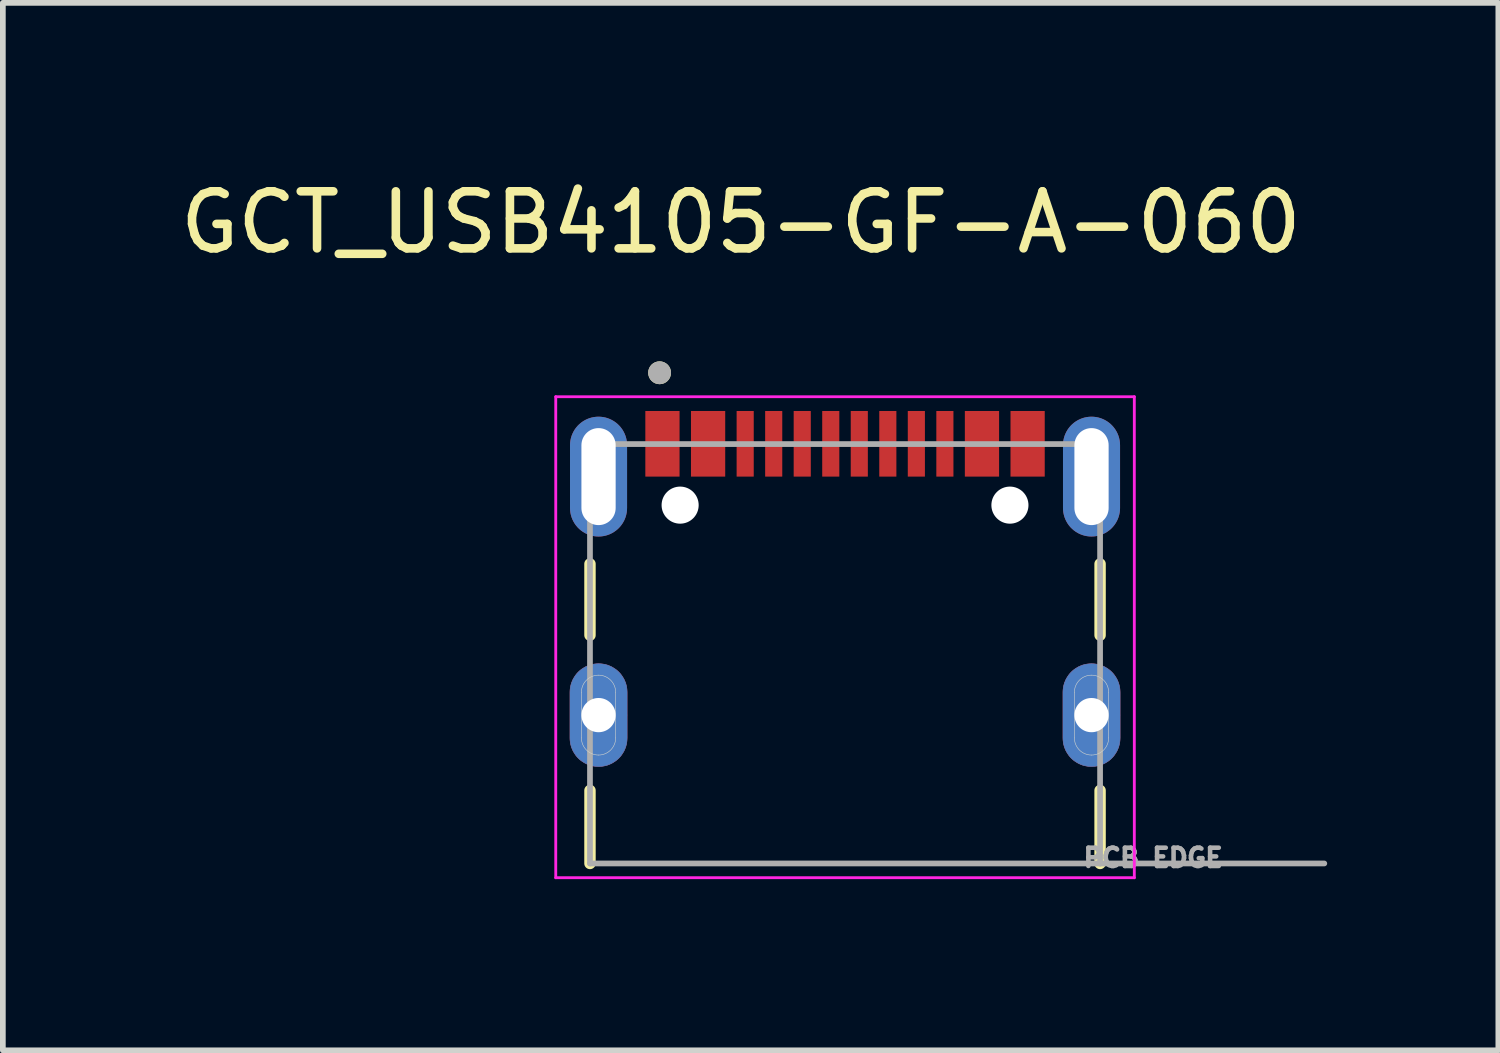
<source format=kicad_pcb>
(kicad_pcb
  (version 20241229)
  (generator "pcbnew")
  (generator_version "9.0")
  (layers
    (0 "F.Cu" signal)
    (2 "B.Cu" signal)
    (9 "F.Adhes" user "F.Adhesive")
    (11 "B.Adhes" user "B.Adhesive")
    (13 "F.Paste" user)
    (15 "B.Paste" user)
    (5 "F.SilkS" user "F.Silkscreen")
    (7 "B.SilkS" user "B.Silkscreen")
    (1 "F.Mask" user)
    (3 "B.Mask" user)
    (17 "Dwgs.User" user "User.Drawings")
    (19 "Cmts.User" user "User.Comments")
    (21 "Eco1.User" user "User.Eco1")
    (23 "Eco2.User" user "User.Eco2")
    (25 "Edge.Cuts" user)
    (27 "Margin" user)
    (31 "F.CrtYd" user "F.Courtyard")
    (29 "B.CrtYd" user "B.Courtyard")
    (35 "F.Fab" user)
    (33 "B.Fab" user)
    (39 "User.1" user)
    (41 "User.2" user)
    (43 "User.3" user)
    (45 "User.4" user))
  (footprint "GCT_USB4105-GF-A-060"
    (layer "F.Cu")
    (at 11.76 9.483)
    (property "Reference" "GCT_USB4105-GF-A-060" (at -1.825 -8.635 0) (layer "F.SilkS") (effects (font (size 1 1) (thickness 0.15))))
    (attr smd)
    (fp_poly (pts (xy -4.82 0) (xy -4.82 -0.4) (xy -4.819 -0.426) (xy -4.817 -0.452) (xy -4.814 -0.478) (xy -4.809 -0.504) (xy -4.803 -0.529) (xy -4.796 -0.555) (xy -4.787 -0.579) (xy -4.777 -0.603) (xy -4.766 -0.627) (xy -4.753 -0.65) (xy -4.739 -0.672) (xy -4.725 -0.694) (xy -4.709 -0.715) (xy -4.692 -0.735) (xy -4.674 -0.754) (xy -4.655 -0.772) (xy -4.635 -0.789) (xy -4.614 -0.805) (xy -4.592 -0.819) (xy -4.57 -0.833) (xy -4.547 -0.846) (xy -4.523 -0.857) (xy -4.499 -0.867) (xy -4.475 -0.876) (xy -4.449 -0.883) (xy -4.424 -0.889) (xy -4.398 -0.894) (xy -4.372 -0.897) (xy -4.346 -0.899) (xy -4.32 -0.9) (xy -4.294 -0.899) (xy -4.268 -0.897) (xy -4.242 -0.894) (xy -4.216 -0.889) (xy -4.191 -0.883) (xy -4.165 -0.876) (xy -4.141 -0.867) (xy -4.117 -0.857) (xy -4.093 -0.846) (xy -4.07 -0.833) (xy -4.048 -0.819) (xy -4.026 -0.805) (xy -4.005 -0.789) (xy -3.985 -0.772) (xy -3.966 -0.754) (xy -3.948 -0.735) (xy -3.931 -0.715) (xy -3.915 -0.694) (xy -3.901 -0.672) (xy -3.887 -0.65) (xy -3.874 -0.627) (xy -3.863 -0.603) (xy -3.853 -0.579) (xy -3.844 -0.555) (xy -3.837 -0.529) (xy -3.831 -0.504) (xy -3.826 -0.478) (xy -3.823 -0.452) (xy -3.821 -0.426) (xy -3.82 -0.4) (xy -3.82 0) (xy -3.82 0.4) (xy -3.821 0.426) (xy -3.823 0.452) (xy -3.826 0.478) (xy -3.831 0.504) (xy -3.837 0.529) (xy -3.844 0.555) (xy -3.853 0.579) (xy -3.863 0.603) (xy -3.874 0.627) (xy -3.887 0.65) (xy -3.901 0.672) (xy -3.915 0.694) (xy -3.931 0.715) (xy -3.948 0.735) (xy -3.966 0.754) (xy -3.985 0.772) (xy -4.005 0.789) (xy -4.026 0.805) (xy -4.048 0.819) (xy -4.07 0.833) (xy -4.093 0.846) (xy -4.117 0.857) (xy -4.141 0.867) (xy -4.165 0.876) (xy -4.191 0.883) (xy -4.216 0.889) (xy -4.242 0.894) (xy -4.268 0.897) (xy -4.294 0.899) (xy -4.32 0.9) (xy -4.346 0.899) (xy -4.372 0.897) (xy -4.398 0.894) (xy -4.424 0.889) (xy -4.449 0.883) (xy -4.475 0.876) (xy -4.499 0.867) (xy -4.523 0.857) (xy -4.547 0.846) (xy -4.57 0.833) (xy -4.592 0.819) (xy -4.614 0.805) (xy -4.635 0.789) (xy -4.655 0.772) (xy -4.674 0.754) (xy -4.692 0.735) (xy -4.709 0.715) (xy -4.725 0.694) (xy -4.739 0.672) (xy -4.753 0.65) (xy -4.766 0.627) (xy -4.777 0.603) (xy -4.787 0.579) (xy -4.796 0.555) (xy -4.803 0.529) (xy -4.809 0.504) (xy -4.814 0.478) (xy -4.817 0.452) (xy -4.819 0.426) (xy -4.82 0.4) (xy -4.82 0)) (stroke (width 0.01) (type solid)) (fill yes) (layer "F.Cu"))
    (fp_poly (pts (xy 3.82 0) (xy 3.82 -0.4) (xy 3.821 -0.426) (xy 3.823 -0.452) (xy 3.826 -0.478) (xy 3.831 -0.504) (xy 3.837 -0.529) (xy 3.844 -0.555) (xy 3.853 -0.579) (xy 3.863 -0.603) (xy 3.874 -0.627) (xy 3.887 -0.65) (xy 3.901 -0.672) (xy 3.915 -0.694) (xy 3.931 -0.715) (xy 3.948 -0.735) (xy 3.966 -0.754) (xy 3.985 -0.772) (xy 4.005 -0.789) (xy 4.026 -0.805) (xy 4.048 -0.819) (xy 4.07 -0.833) (xy 4.093 -0.846) (xy 4.117 -0.857) (xy 4.141 -0.867) (xy 4.165 -0.876) (xy 4.191 -0.883) (xy 4.216 -0.889) (xy 4.242 -0.894) (xy 4.268 -0.897) (xy 4.294 -0.899) (xy 4.32 -0.9) (xy 4.346 -0.899) (xy 4.372 -0.897) (xy 4.398 -0.894) (xy 4.424 -0.889) (xy 4.449 -0.883) (xy 4.475 -0.876) (xy 4.499 -0.867) (xy 4.523 -0.857) (xy 4.547 -0.846) (xy 4.57 -0.833) (xy 4.592 -0.819) (xy 4.614 -0.805) (xy 4.635 -0.789) (xy 4.655 -0.772) (xy 4.674 -0.754) (xy 4.692 -0.735) (xy 4.709 -0.715) (xy 4.725 -0.694) (xy 4.739 -0.672) (xy 4.753 -0.65) (xy 4.766 -0.627) (xy 4.777 -0.603) (xy 4.787 -0.579) (xy 4.796 -0.555) (xy 4.803 -0.529) (xy 4.809 -0.504) (xy 4.814 -0.478) (xy 4.817 -0.452) (xy 4.819 -0.426) (xy 4.82 -0.4) (xy 4.82 0) (xy 4.82 0.4) (xy 4.819 0.426) (xy 4.817 0.452) (xy 4.814 0.478) (xy 4.809 0.504) (xy 4.803 0.529) (xy 4.796 0.555) (xy 4.787 0.579) (xy 4.777 0.603) (xy 4.766 0.627) (xy 4.753 0.65) (xy 4.739 0.672) (xy 4.725 0.694) (xy 4.709 0.715) (xy 4.692 0.735) (xy 4.674 0.754) (xy 4.655 0.772) (xy 4.635 0.789) (xy 4.614 0.805) (xy 4.592 0.819) (xy 4.57 0.833) (xy 4.547 0.846) (xy 4.523 0.857) (xy 4.499 0.867) (xy 4.475 0.876) (xy 4.449 0.883) (xy 4.424 0.889) (xy 4.398 0.894) (xy 4.372 0.897) (xy 4.346 0.899) (xy 4.32 0.9) (xy 4.294 0.899) (xy 4.268 0.897) (xy 4.242 0.894) (xy 4.216 0.889) (xy 4.191 0.883) (xy 4.165 0.876) (xy 4.141 0.867) (xy 4.117 0.857) (xy 4.093 0.846) (xy 4.07 0.833) (xy 4.048 0.819) (xy 4.026 0.805) (xy 4.005 0.789) (xy 3.985 0.772) (xy 3.966 0.754) (xy 3.948 0.735) (xy 3.931 0.715) (xy 3.915 0.694) (xy 3.901 0.672) (xy 3.887 0.65) (xy 3.874 0.627) (xy 3.863 0.603) (xy 3.853 0.579) (xy 3.844 0.555) (xy 3.837 0.529) (xy 3.831 0.504) (xy 3.826 0.478) (xy 3.823 0.452) (xy 3.821 0.426) (xy 3.82 0.4) (xy 3.82 0)) (stroke (width 0.01) (type solid)) (fill yes) (layer "F.Cu"))
    (fp_poly (pts (xy -4.92 0) (xy -4.92 -0.4) (xy -4.919 -0.431) (xy -4.917 -0.463) (xy -4.913 -0.494) (xy -4.907 -0.525) (xy -4.9 -0.555) (xy -4.891 -0.585) (xy -4.88 -0.615) (xy -4.868 -0.644) (xy -4.855 -0.672) (xy -4.84 -0.7) (xy -4.823 -0.727) (xy -4.805 -0.753) (xy -4.786 -0.778) (xy -4.766 -0.801) (xy -4.744 -0.824) (xy -4.721 -0.846) (xy -4.698 -0.866) (xy -4.673 -0.885) (xy -4.647 -0.903) (xy -4.62 -0.92) (xy -4.592 -0.935) (xy -4.564 -0.948) (xy -4.535 -0.96) (xy -4.505 -0.971) (xy -4.475 -0.98) (xy -4.445 -0.987) (xy -4.414 -0.993) (xy -4.383 -0.997) (xy -4.351 -0.999) (xy -4.32 -1) (xy -4.289 -0.999) (xy -4.257 -0.997) (xy -4.226 -0.993) (xy -4.195 -0.987) (xy -4.165 -0.98) (xy -4.135 -0.971) (xy -4.105 -0.96) (xy -4.076 -0.948) (xy -4.048 -0.935) (xy -4.02 -0.92) (xy -3.993 -0.903) (xy -3.967 -0.885) (xy -3.942 -0.866) (xy -3.919 -0.846) (xy -3.896 -0.824) (xy -3.874 -0.801) (xy -3.854 -0.778) (xy -3.835 -0.753) (xy -3.817 -0.727) (xy -3.8 -0.7) (xy -3.785 -0.672) (xy -3.772 -0.644) (xy -3.76 -0.615) (xy -3.749 -0.585) (xy -3.74 -0.555) (xy -3.733 -0.525) (xy -3.727 -0.494) (xy -3.723 -0.463) (xy -3.721 -0.431) (xy -3.72 -0.4) (xy -3.72 0) (xy -3.72 0.4) (xy -3.721 0.431) (xy -3.723 0.463) (xy -3.727 0.494) (xy -3.733 0.525) (xy -3.74 0.555) (xy -3.749 0.585) (xy -3.76 0.615) (xy -3.772 0.644) (xy -3.785 0.672) (xy -3.8 0.7) (xy -3.817 0.727) (xy -3.835 0.753) (xy -3.854 0.778) (xy -3.874 0.801) (xy -3.896 0.824) (xy -3.919 0.846) (xy -3.942 0.866) (xy -3.967 0.885) (xy -3.993 0.903) (xy -4.02 0.92) (xy -4.048 0.935) (xy -4.076 0.948) (xy -4.105 0.96) (xy -4.135 0.971) (xy -4.165 0.98) (xy -4.195 0.987) (xy -4.226 0.993) (xy -4.257 0.997) (xy -4.289 0.999) (xy -4.32 1) (xy -4.351 0.999) (xy -4.383 0.997) (xy -4.414 0.993) (xy -4.445 0.987) (xy -4.475 0.98) (xy -4.505 0.971) (xy -4.535 0.96) (xy -4.564 0.948) (xy -4.592 0.935) (xy -4.62 0.92) (xy -4.647 0.903) (xy -4.673 0.885) (xy -4.698 0.866) (xy -4.721 0.846) (xy -4.744 0.824) (xy -4.766 0.801) (xy -4.786 0.778) (xy -4.805 0.753) (xy -4.823 0.727) (xy -4.84 0.7) (xy -4.855 0.672) (xy -4.868 0.644) (xy -4.88 0.615) (xy -4.891 0.585) (xy -4.9 0.555) (xy -4.907 0.525) (xy -4.913 0.494) (xy -4.917 0.463) (xy -4.919 0.431) (xy -4.92 0.4) (xy -4.92 0)) (stroke (width 0.01) (type solid)) (fill yes) (layer "F.Mask"))
    (fp_poly (pts (xy 3.72 0) (xy 3.72 -0.4) (xy 3.721 -0.431) (xy 3.723 -0.463) (xy 3.727 -0.494) (xy 3.733 -0.525) (xy 3.74 -0.555) (xy 3.749 -0.585) (xy 3.76 -0.615) (xy 3.772 -0.644) (xy 3.785 -0.672) (xy 3.8 -0.7) (xy 3.817 -0.727) (xy 3.835 -0.753) (xy 3.854 -0.778) (xy 3.874 -0.801) (xy 3.896 -0.824) (xy 3.919 -0.846) (xy 3.942 -0.866) (xy 3.967 -0.885) (xy 3.993 -0.903) (xy 4.02 -0.92) (xy 4.048 -0.935) (xy 4.076 -0.948) (xy 4.105 -0.96) (xy 4.135 -0.971) (xy 4.165 -0.98) (xy 4.195 -0.987) (xy 4.226 -0.993) (xy 4.257 -0.997) (xy 4.289 -0.999) (xy 4.32 -1) (xy 4.351 -0.999) (xy 4.383 -0.997) (xy 4.414 -0.993) (xy 4.445 -0.987) (xy 4.475 -0.98) (xy 4.505 -0.971) (xy 4.535 -0.96) (xy 4.564 -0.948) (xy 4.592 -0.935) (xy 4.62 -0.92) (xy 4.647 -0.903) (xy 4.673 -0.885) (xy 4.698 -0.866) (xy 4.721 -0.846) (xy 4.744 -0.824) (xy 4.766 -0.801) (xy 4.786 -0.778) (xy 4.805 -0.753) (xy 4.823 -0.727) (xy 4.84 -0.7) (xy 4.855 -0.672) (xy 4.868 -0.644) (xy 4.88 -0.615) (xy 4.891 -0.585) (xy 4.9 -0.555) (xy 4.907 -0.525) (xy 4.913 -0.494) (xy 4.917 -0.463) (xy 4.919 -0.431) (xy 4.92 -0.4) (xy 4.92 0) (xy 4.92 0.4) (xy 4.919 0.431) (xy 4.917 0.463) (xy 4.913 0.494) (xy 4.907 0.525) (xy 4.9 0.555) (xy 4.891 0.585) (xy 4.88 0.615) (xy 4.868 0.644) (xy 4.855 0.672) (xy 4.84 0.7) (xy 4.823 0.727) (xy 4.805 0.753) (xy 4.786 0.778) (xy 4.766 0.801) (xy 4.744 0.824) (xy 4.721 0.846) (xy 4.698 0.866) (xy 4.673 0.885) (xy 4.647 0.903) (xy 4.62 0.92) (xy 4.592 0.935) (xy 4.564 0.948) (xy 4.535 0.96) (xy 4.505 0.971) (xy 4.475 0.98) (xy 4.445 0.987) (xy 4.414 0.993) (xy 4.383 0.997) (xy 4.351 0.999) (xy 4.32 1) (xy 4.289 0.999) (xy 4.257 0.997) (xy 4.226 0.993) (xy 4.195 0.987) (xy 4.165 0.98) (xy 4.135 0.971) (xy 4.105 0.96) (xy 4.076 0.948) (xy 4.048 0.935) (xy 4.02 0.92) (xy 3.993 0.903) (xy 3.967 0.885) (xy 3.942 0.866) (xy 3.919 0.846) (xy 3.896 0.824) (xy 3.874 0.801) (xy 3.854 0.778) (xy 3.835 0.753) (xy 3.817 0.727) (xy 3.8 0.7) (xy 3.785 0.672) (xy 3.772 0.644) (xy 3.76 0.615) (xy 3.749 0.585) (xy 3.74 0.555) (xy 3.733 0.525) (xy 3.727 0.494) (xy 3.723 0.463) (xy 3.721 0.431) (xy 3.72 0.4) (xy 3.72 0)) (stroke (width 0.01) (type solid)) (fill yes) (layer "F.Mask"))
    (fp_poly (pts (xy -4.82 0) (xy -4.82 -0.4) (xy -4.819 -0.426) (xy -4.817 -0.452) (xy -4.814 -0.478) (xy -4.809 -0.504) (xy -4.803 -0.529) (xy -4.796 -0.555) (xy -4.787 -0.579) (xy -4.777 -0.603) (xy -4.766 -0.627) (xy -4.753 -0.65) (xy -4.739 -0.672) (xy -4.725 -0.694) (xy -4.709 -0.715) (xy -4.692 -0.735) (xy -4.674 -0.754) (xy -4.655 -0.772) (xy -4.635 -0.789) (xy -4.614 -0.805) (xy -4.592 -0.819) (xy -4.57 -0.833) (xy -4.547 -0.846) (xy -4.523 -0.857) (xy -4.499 -0.867) (xy -4.475 -0.876) (xy -4.449 -0.883) (xy -4.424 -0.889) (xy -4.398 -0.894) (xy -4.372 -0.897) (xy -4.346 -0.899) (xy -4.32 -0.9) (xy -4.294 -0.899) (xy -4.268 -0.897) (xy -4.242 -0.894) (xy -4.216 -0.889) (xy -4.191 -0.883) (xy -4.165 -0.876) (xy -4.141 -0.867) (xy -4.117 -0.857) (xy -4.093 -0.846) (xy -4.07 -0.833) (xy -4.048 -0.819) (xy -4.026 -0.805) (xy -4.005 -0.789) (xy -3.985 -0.772) (xy -3.966 -0.754) (xy -3.948 -0.735) (xy -3.931 -0.715) (xy -3.915 -0.694) (xy -3.901 -0.672) (xy -3.887 -0.65) (xy -3.874 -0.627) (xy -3.863 -0.603) (xy -3.853 -0.579) (xy -3.844 -0.555) (xy -3.837 -0.529) (xy -3.831 -0.504) (xy -3.826 -0.478) (xy -3.823 -0.452) (xy -3.821 -0.426) (xy -3.82 -0.4) (xy -3.82 0) (xy -3.82 0.4) (xy -3.821 0.426) (xy -3.823 0.452) (xy -3.826 0.478) (xy -3.831 0.504) (xy -3.837 0.529) (xy -3.844 0.555) (xy -3.853 0.579) (xy -3.863 0.603) (xy -3.874 0.627) (xy -3.887 0.65) (xy -3.901 0.672) (xy -3.915 0.694) (xy -3.931 0.715) (xy -3.948 0.735) (xy -3.966 0.754) (xy -3.985 0.772) (xy -4.005 0.789) (xy -4.026 0.805) (xy -4.048 0.819) (xy -4.07 0.833) (xy -4.093 0.846) (xy -4.117 0.857) (xy -4.141 0.867) (xy -4.165 0.876) (xy -4.191 0.883) (xy -4.216 0.889) (xy -4.242 0.894) (xy -4.268 0.897) (xy -4.294 0.899) (xy -4.32 0.9) (xy -4.346 0.899) (xy -4.372 0.897) (xy -4.398 0.894) (xy -4.424 0.889) (xy -4.449 0.883) (xy -4.475 0.876) (xy -4.499 0.867) (xy -4.523 0.857) (xy -4.547 0.846) (xy -4.57 0.833) (xy -4.592 0.819) (xy -4.614 0.805) (xy -4.635 0.789) (xy -4.655 0.772) (xy -4.674 0.754) (xy -4.692 0.735) (xy -4.709 0.715) (xy -4.725 0.694) (xy -4.739 0.672) (xy -4.753 0.65) (xy -4.766 0.627) (xy -4.777 0.603) (xy -4.787 0.579) (xy -4.796 0.555) (xy -4.803 0.529) (xy -4.809 0.504) (xy -4.814 0.478) (xy -4.817 0.452) (xy -4.819 0.426) (xy -4.82 0.4) (xy -4.82 0)) (stroke (width 0.01) (type solid)) (fill yes) (layer "B.Cu"))
    (fp_poly (pts (xy 3.82 0) (xy 3.82 -0.4) (xy 3.821 -0.426) (xy 3.823 -0.452) (xy 3.826 -0.478) (xy 3.831 -0.504) (xy 3.837 -0.529) (xy 3.844 -0.555) (xy 3.853 -0.579) (xy 3.863 -0.603) (xy 3.874 -0.627) (xy 3.887 -0.65) (xy 3.901 -0.672) (xy 3.915 -0.694) (xy 3.931 -0.715) (xy 3.948 -0.735) (xy 3.966 -0.754) (xy 3.985 -0.772) (xy 4.005 -0.789) (xy 4.026 -0.805) (xy 4.048 -0.819) (xy 4.07 -0.833) (xy 4.093 -0.846) (xy 4.117 -0.857) (xy 4.141 -0.867) (xy 4.165 -0.876) (xy 4.191 -0.883) (xy 4.216 -0.889) (xy 4.242 -0.894) (xy 4.268 -0.897) (xy 4.294 -0.899) (xy 4.32 -0.9) (xy 4.346 -0.899) (xy 4.372 -0.897) (xy 4.398 -0.894) (xy 4.424 -0.889) (xy 4.449 -0.883) (xy 4.475 -0.876) (xy 4.499 -0.867) (xy 4.523 -0.857) (xy 4.547 -0.846) (xy 4.57 -0.833) (xy 4.592 -0.819) (xy 4.614 -0.805) (xy 4.635 -0.789) (xy 4.655 -0.772) (xy 4.674 -0.754) (xy 4.692 -0.735) (xy 4.709 -0.715) (xy 4.725 -0.694) (xy 4.739 -0.672) (xy 4.753 -0.65) (xy 4.766 -0.627) (xy 4.777 -0.603) (xy 4.787 -0.579) (xy 4.796 -0.555) (xy 4.803 -0.529) (xy 4.809 -0.504) (xy 4.814 -0.478) (xy 4.817 -0.452) (xy 4.819 -0.426) (xy 4.82 -0.4) (xy 4.82 0) (xy 4.82 0.4) (xy 4.819 0.426) (xy 4.817 0.452) (xy 4.814 0.478) (xy 4.809 0.504) (xy 4.803 0.529) (xy 4.796 0.555) (xy 4.787 0.579) (xy 4.777 0.603) (xy 4.766 0.627) (xy 4.753 0.65) (xy 4.739 0.672) (xy 4.725 0.694) (xy 4.709 0.715) (xy 4.692 0.735) (xy 4.674 0.754) (xy 4.655 0.772) (xy 4.635 0.789) (xy 4.614 0.805) (xy 4.592 0.819) (xy 4.57 0.833) (xy 4.547 0.846) (xy 4.523 0.857) (xy 4.499 0.867) (xy 4.475 0.876) (xy 4.449 0.883) (xy 4.424 0.889) (xy 4.398 0.894) (xy 4.372 0.897) (xy 4.346 0.899) (xy 4.32 0.9) (xy 4.294 0.899) (xy 4.268 0.897) (xy 4.242 0.894) (xy 4.216 0.889) (xy 4.191 0.883) (xy 4.165 0.876) (xy 4.141 0.867) (xy 4.117 0.857) (xy 4.093 0.846) (xy 4.07 0.833) (xy 4.048 0.819) (xy 4.026 0.805) (xy 4.005 0.789) (xy 3.985 0.772) (xy 3.966 0.754) (xy 3.948 0.735) (xy 3.931 0.715) (xy 3.915 0.694) (xy 3.901 0.672) (xy 3.887 0.65) (xy 3.874 0.627) (xy 3.863 0.603) (xy 3.853 0.579) (xy 3.844 0.555) (xy 3.837 0.529) (xy 3.831 0.504) (xy 3.826 0.478) (xy 3.823 0.452) (xy 3.821 0.426) (xy 3.82 0.4) (xy 3.82 0)) (stroke (width 0.01) (type solid)) (fill yes) (layer "B.Cu"))
    (fp_poly (pts (xy -4.92 0) (xy -4.92 -0.4) (xy -4.919 -0.431) (xy -4.917 -0.463) (xy -4.913 -0.494) (xy -4.907 -0.525) (xy -4.9 -0.555) (xy -4.891 -0.585) (xy -4.88 -0.615) (xy -4.868 -0.644) (xy -4.855 -0.672) (xy -4.84 -0.7) (xy -4.823 -0.727) (xy -4.805 -0.753) (xy -4.786 -0.778) (xy -4.766 -0.801) (xy -4.744 -0.824) (xy -4.721 -0.846) (xy -4.698 -0.866) (xy -4.673 -0.885) (xy -4.647 -0.903) (xy -4.62 -0.92) (xy -4.592 -0.935) (xy -4.564 -0.948) (xy -4.535 -0.96) (xy -4.505 -0.971) (xy -4.475 -0.98) (xy -4.445 -0.987) (xy -4.414 -0.993) (xy -4.383 -0.997) (xy -4.351 -0.999) (xy -4.32 -1) (xy -4.289 -0.999) (xy -4.257 -0.997) (xy -4.226 -0.993) (xy -4.195 -0.987) (xy -4.165 -0.98) (xy -4.135 -0.971) (xy -4.105 -0.96) (xy -4.076 -0.948) (xy -4.048 -0.935) (xy -4.02 -0.92) (xy -3.993 -0.903) (xy -3.967 -0.885) (xy -3.942 -0.866) (xy -3.919 -0.846) (xy -3.896 -0.824) (xy -3.874 -0.801) (xy -3.854 -0.778) (xy -3.835 -0.753) (xy -3.817 -0.727) (xy -3.8 -0.7) (xy -3.785 -0.672) (xy -3.772 -0.644) (xy -3.76 -0.615) (xy -3.749 -0.585) (xy -3.74 -0.555) (xy -3.733 -0.525) (xy -3.727 -0.494) (xy -3.723 -0.463) (xy -3.721 -0.431) (xy -3.72 -0.4) (xy -3.72 0) (xy -3.72 0.4) (xy -3.721 0.431) (xy -3.723 0.463) (xy -3.727 0.494) (xy -3.733 0.525) (xy -3.74 0.555) (xy -3.749 0.585) (xy -3.76 0.615) (xy -3.772 0.644) (xy -3.785 0.672) (xy -3.8 0.7) (xy -3.817 0.727) (xy -3.835 0.753) (xy -3.854 0.778) (xy -3.874 0.801) (xy -3.896 0.824) (xy -3.919 0.846) (xy -3.942 0.866) (xy -3.967 0.885) (xy -3.993 0.903) (xy -4.02 0.92) (xy -4.048 0.935) (xy -4.076 0.948) (xy -4.105 0.96) (xy -4.135 0.971) (xy -4.165 0.98) (xy -4.195 0.987) (xy -4.226 0.993) (xy -4.257 0.997) (xy -4.289 0.999) (xy -4.32 1) (xy -4.351 0.999) (xy -4.383 0.997) (xy -4.414 0.993) (xy -4.445 0.987) (xy -4.475 0.98) (xy -4.505 0.971) (xy -4.535 0.96) (xy -4.564 0.948) (xy -4.592 0.935) (xy -4.62 0.92) (xy -4.647 0.903) (xy -4.673 0.885) (xy -4.698 0.866) (xy -4.721 0.846) (xy -4.744 0.824) (xy -4.766 0.801) (xy -4.786 0.778) (xy -4.805 0.753) (xy -4.823 0.727) (xy -4.84 0.7) (xy -4.855 0.672) (xy -4.868 0.644) (xy -4.88 0.615) (xy -4.891 0.585) (xy -4.9 0.555) (xy -4.907 0.525) (xy -4.913 0.494) (xy -4.917 0.463) (xy -4.919 0.431) (xy -4.92 0.4) (xy -4.92 0)) (stroke (width 0.01) (type solid)) (fill yes) (layer "B.Mask"))
    (fp_poly (pts (xy 3.72 0) (xy 3.72 -0.4) (xy 3.721 -0.431) (xy 3.723 -0.463) (xy 3.727 -0.494) (xy 3.733 -0.525) (xy 3.74 -0.555) (xy 3.749 -0.585) (xy 3.76 -0.615) (xy 3.772 -0.644) (xy 3.785 -0.672) (xy 3.8 -0.7) (xy 3.817 -0.727) (xy 3.835 -0.753) (xy 3.854 -0.778) (xy 3.874 -0.801) (xy 3.896 -0.824) (xy 3.919 -0.846) (xy 3.942 -0.866) (xy 3.967 -0.885) (xy 3.993 -0.903) (xy 4.02 -0.92) (xy 4.048 -0.935) (xy 4.076 -0.948) (xy 4.105 -0.96) (xy 4.135 -0.971) (xy 4.165 -0.98) (xy 4.195 -0.987) (xy 4.226 -0.993) (xy 4.257 -0.997) (xy 4.289 -0.999) (xy 4.32 -1) (xy 4.351 -0.999) (xy 4.383 -0.997) (xy 4.414 -0.993) (xy 4.445 -0.987) (xy 4.475 -0.98) (xy 4.505 -0.971) (xy 4.535 -0.96) (xy 4.564 -0.948) (xy 4.592 -0.935) (xy 4.62 -0.92) (xy 4.647 -0.903) (xy 4.673 -0.885) (xy 4.698 -0.866) (xy 4.721 -0.846) (xy 4.744 -0.824) (xy 4.766 -0.801) (xy 4.786 -0.778) (xy 4.805 -0.753) (xy 4.823 -0.727) (xy 4.84 -0.7) (xy 4.855 -0.672) (xy 4.868 -0.644) (xy 4.88 -0.615) (xy 4.891 -0.585) (xy 4.9 -0.555) (xy 4.907 -0.525) (xy 4.913 -0.494) (xy 4.917 -0.463) (xy 4.919 -0.431) (xy 4.92 -0.4) (xy 4.92 0) (xy 4.92 0.4) (xy 4.919 0.431) (xy 4.917 0.463) (xy 4.913 0.494) (xy 4.907 0.525) (xy 4.9 0.555) (xy 4.891 0.585) (xy 4.88 0.615) (xy 4.868 0.644) (xy 4.855 0.672) (xy 4.84 0.7) (xy 4.823 0.727) (xy 4.805 0.753) (xy 4.786 0.778) (xy 4.766 0.801) (xy 4.744 0.824) (xy 4.721 0.846) (xy 4.698 0.866) (xy 4.673 0.885) (xy 4.647 0.903) (xy 4.62 0.92) (xy 4.592 0.935) (xy 4.564 0.948) (xy 4.535 0.96) (xy 4.505 0.971) (xy 4.475 0.98) (xy 4.445 0.987) (xy 4.414 0.993) (xy 4.383 0.997) (xy 4.351 0.999) (xy 4.32 1) (xy 4.289 0.999) (xy 4.257 0.997) (xy 4.226 0.993) (xy 4.195 0.987) (xy 4.165 0.98) (xy 4.135 0.971) (xy 4.105 0.96) (xy 4.076 0.948) (xy 4.048 0.935) (xy 4.02 0.92) (xy 3.993 0.903) (xy 3.967 0.885) (xy 3.942 0.866) (xy 3.919 0.846) (xy 3.896 0.824) (xy 3.874 0.801) (xy 3.854 0.778) (xy 3.835 0.753) (xy 3.817 0.727) (xy 3.8 0.7) (xy 3.785 0.672) (xy 3.772 0.644) (xy 3.76 0.615) (xy 3.749 0.585) (xy 3.74 0.555) (xy 3.733 0.525) (xy 3.727 0.494) (xy 3.723 0.463) (xy 3.721 0.431) (xy 3.72 0.4) (xy 3.72 0)) (stroke (width 0.01) (type solid)) (fill yes) (layer "B.Mask"))
    (fp_line (start -4.47 -2.65) (end -4.47 -1.4) (stroke (width 0.2) (type solid)) (layer "F.SilkS"))
    (fp_line (start -4.47 1.32) (end -4.47 2.6) (stroke (width 0.2) (type solid)) (layer "F.SilkS"))
    (fp_line (start 4.47 -2.65) (end 4.47 -1.4) (stroke (width 0.2) (type solid)) (layer "F.SilkS"))
    (fp_line (start 4.47 2.6) (end 4.47 1.32) (stroke (width 0.2) (type solid)) (layer "F.SilkS"))
    (fp_circle (center -3.25 -6) (end -3.15 -6) (stroke (width 0.2) (type solid)) (fill no) (layer "F.SilkS"))
    (fp_line (start -4.62 0.4) (end -4.62 -0.4) (stroke (width 0.01) (type solid)) (layer "Edge.Cuts"))
    (fp_line (start -4.02 -0.4) (end -4.02 0.4) (stroke (width 0.01) (type solid)) (layer "Edge.Cuts"))
    (fp_line (start 4.02 0.4) (end 4.02 -0.4) (stroke (width 0.01) (type solid)) (layer "Edge.Cuts"))
    (fp_line (start 4.62 -0.4) (end 4.62 0.4) (stroke (width 0.01) (type solid)) (layer "Edge.Cuts"))
    (fp_arc (start -4.62 -0.4) (mid -4.532132 -0.612132) (end -4.32 -0.7) (stroke (width 0.01) (type solid)) (layer "Edge.Cuts"))
    (fp_arc (start -4.32 -0.7) (mid -4.107868 -0.612132) (end -4.02 -0.4) (stroke (width 0.01) (type solid)) (layer "Edge.Cuts"))
    (fp_arc (start -4.32 0.7) (mid -4.532132 0.612132) (end -4.62 0.4) (stroke (width 0.01) (type solid)) (layer "Edge.Cuts"))
    (fp_arc (start -4.02 0.4) (mid -4.107868 0.612132) (end -4.32 0.7) (stroke (width 0.01) (type solid)) (layer "Edge.Cuts"))
    (fp_arc (start 4.02 -0.4) (mid 4.107868 -0.612132) (end 4.32 -0.7) (stroke (width 0.01) (type solid)) (layer "Edge.Cuts"))
    (fp_arc (start 4.32 -0.7) (mid 4.532132 -0.612132) (end 4.62 -0.4) (stroke (width 0.01) (type solid)) (layer "Edge.Cuts"))
    (fp_arc (start 4.32 0.7) (mid 4.107868 0.612132) (end 4.02 0.4) (stroke (width 0.01) (type solid)) (layer "Edge.Cuts"))
    (fp_arc (start 4.62 0.4) (mid 4.532132 0.612132) (end 4.32 0.7) (stroke (width 0.01) (type solid)) (layer "Edge.Cuts"))
    (fp_line (start -5.07 -5.58) (end -5.07 2.85) (stroke (width 0.05) (type solid)) (layer "F.CrtYd"))
    (fp_line (start -5.07 2.85) (end 5.07 2.85) (stroke (width 0.05) (type solid)) (layer "F.CrtYd"))
    (fp_line (start 5.07 -5.58) (end -5.07 -5.58) (stroke (width 0.05) (type solid)) (layer "F.CrtYd"))
    (fp_line (start 5.07 2.85) (end 5.07 -5.58) (stroke (width 0.05) (type solid)) (layer "F.CrtYd"))
    (fp_line (start -4.47 -4.75) (end 4.47 -4.75) (stroke (width 0.1) (type solid)) (layer "F.Fab"))
    (fp_line (start -4.47 2.6) (end -4.47 -4.75) (stroke (width 0.1) (type solid)) (layer "F.Fab"))
    (fp_line (start 4.47 -4.75) (end 4.47 2.6) (stroke (width 0.1) (type solid)) (layer "F.Fab"))
    (fp_line (start 4.47 2.6) (end -4.47 2.6) (stroke (width 0.1) (type solid)) (layer "F.Fab"))
    (fp_line (start 4.47 2.6) (end 8.4 2.6) (stroke (width 0.1) (type solid)) (layer "F.Fab"))
    (fp_circle (center -3.25 -6) (end -3.15 -6) (stroke (width 0.2) (type solid)) (fill no) (layer "F.Fab"))
    (fp_text user "PCB EDGE" (at 5.4 2.5 0) (layer "F.Fab") (effects (font (size 0.32 0.32) (thickness 0.15))))
    (pad "" np_thru_hole circle (at -2.89 -3.68) (size 0.65 0.65) (drill 0.65) (layers "*.Cu" "*.Mask"))
    (pad "" np_thru_hole circle (at 2.89 -3.68) (size 0.65 0.65) (drill 0.65) (layers "*.Cu" "*.Mask"))
    (pad "A1_B12" smd rect (at -3.2 -4.755) (size 0.6 1.15) (layers "F.Cu" "F.Mask" "F.Paste"))
    (pad "A4_B9" smd rect (at -2.4 -4.755) (size 0.6 1.15) (layers "F.Cu" "F.Mask" "F.Paste"))
    (pad "A5" smd rect (at -1.25 -4.755) (size 0.3 1.15) (layers "F.Cu" "F.Mask" "F.Paste"))
    (pad "A6" smd rect (at -0.25 -4.755) (size 0.3 1.15) (layers "F.Cu" "F.Mask" "F.Paste"))
    (pad "A7" smd rect (at 0.25 -4.755) (size 0.3 1.15) (layers "F.Cu" "F.Mask" "F.Paste"))
    (pad "A8" smd rect (at 1.25 -4.755) (size 0.3 1.15) (layers "F.Cu" "F.Mask" "F.Paste"))
    (pad "B1_A12" smd rect (at 3.2 -4.755) (size 0.6 1.15) (layers "F.Cu" "F.Mask" "F.Paste"))
    (pad "B4_A9" smd rect (at 2.4 -4.755) (size 0.6 1.15) (layers "F.Cu" "F.Mask" "F.Paste"))
    (pad "B5" smd rect (at 1.75 -4.755) (size 0.3 1.15) (layers "F.Cu" "F.Mask" "F.Paste"))
    (pad "B6" smd rect (at 0.75 -4.755) (size 0.3 1.15) (layers "F.Cu" "F.Mask" "F.Paste"))
    (pad "B7" smd rect (at -0.75 -4.755) (size 0.3 1.15) (layers "F.Cu" "F.Mask" "F.Paste"))
    (pad "B8" smd rect (at -1.75 -4.755) (size 0.3 1.15) (layers "F.Cu" "F.Mask" "F.Paste"))
    (pad "SH1" thru_hole oval (at -4.32 -4.18) (size 1 2.1) (drill oval 0.6 1.7) (layers "*.Cu" "*.Mask"))
    (pad "SH2" thru_hole oval (at 4.32 -4.18) (size 1 2.1) (drill oval 0.6 1.7) (layers "*.Cu" "*.Mask"))
    (pad "SH3" thru_hole circle (at -4.32 0) (size 1 1) (drill 0.6) (layers "*.Cu"))
    (pad "SH4" thru_hole circle (at 4.32 0) (size 1 1) (drill 0.6) (layers "*.Cu")))
  (gr_rect
    (start -3 -3)
    (end 23.21 15.358)
    (stroke (width 0.1) (type default))
    (fill no)
    (layer "Edge.Cuts")))
</source>
